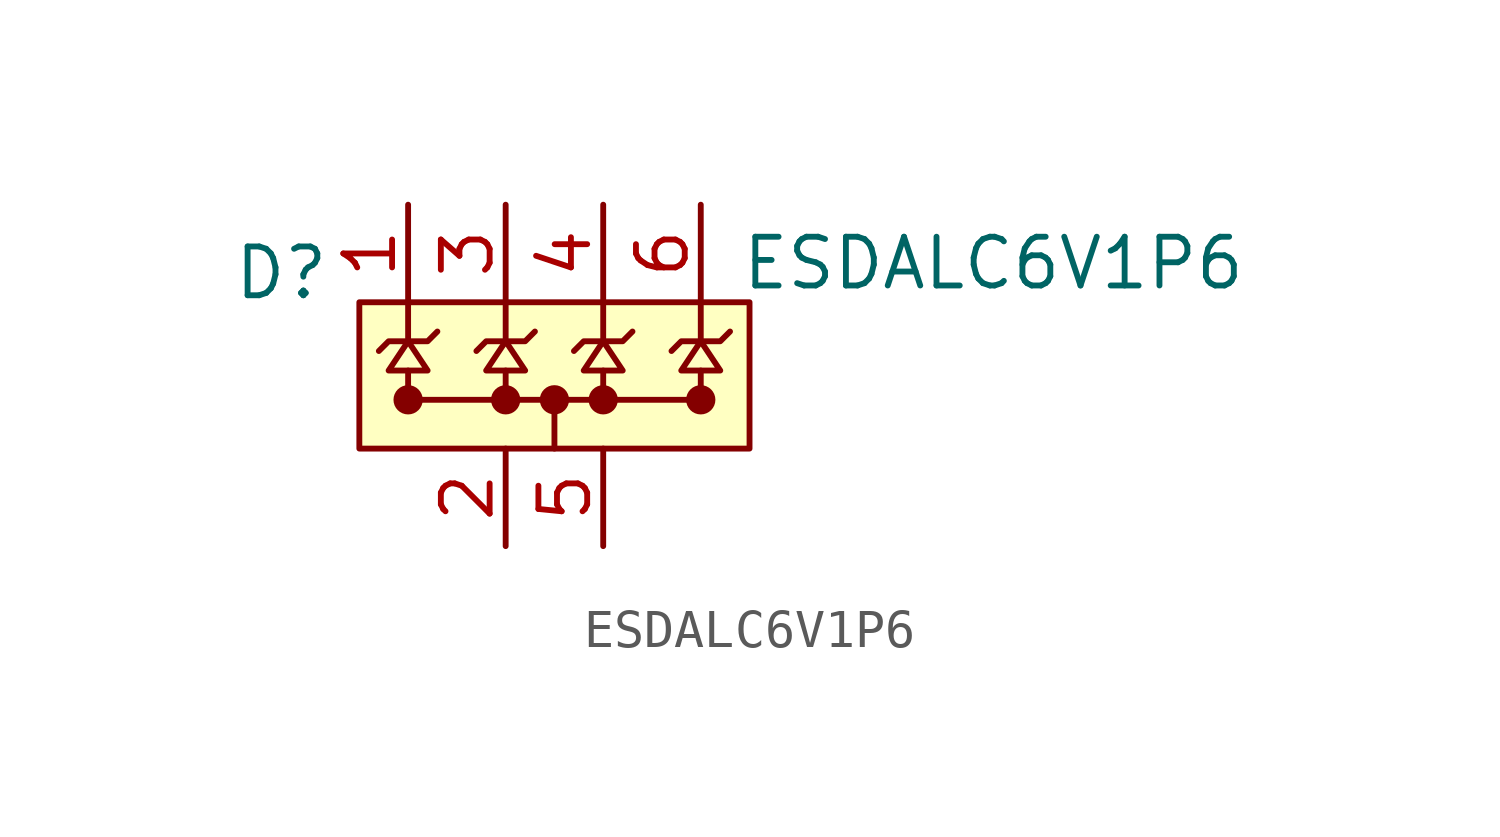
<source format=kicad_sym>
(kicad_symbol_lib
  (version 20241209)
  (generator "kicad_symbol_editor")
  (generator_version "9.0")
  (symbol "ESDALC6V1P6"
    (property "Reference" "D"
      (at -2.032 0.762 0)
      (effects (font (size 1.27 1.27))))
    (property "Value" "ESDALC6V1P6"
      (at 16.51 1.016 0)
      (effects (font (size 1.27 1.27))))
    (symbol "ESDALC6V1P6_0_1"
      (polyline (pts (xy 0.508 -1.27) (xy 0.762 -1.016) (xy 1.778 -1.016) (xy 2.032 -0.762)) (stroke (width 0) (type default)) (fill (type none)))
      (polyline (pts (xy 3.048 -1.27) (xy 3.302 -1.016) (xy 4.318 -1.016) (xy 4.572 -0.762)) (stroke (width 0) (type default)) (fill (type none)))
      (polyline (pts (xy 5.588 -1.27) (xy 5.842 -1.016) (xy 6.858 -1.016) (xy 7.112 -0.762)) (stroke (width 0) (type default)) (fill (type none)))
      (polyline (pts (xy 8.128 -1.27) (xy 8.382 -1.016) (xy 9.398 -1.016) (xy 9.652 -0.762)) (stroke (width 0) (type default)) (fill (type none))))
    (symbol "ESDALC6V1P6_1_0"
      (pin input line (at 1.27 2.54 270) (length 2.54) (name "" (effects (font (size 1.27 1.27)))) (number "1" (effects (font (size 1.27 1.27)))))
      (pin input line (at 3.81 2.54 270) (length 2.54) (name "" (effects (font (size 1.27 1.27)))) (number "3" (effects (font (size 1.27 1.27)))))
      (pin power_in line (at 3.81 -6.35 90) (length 2.54) (name "" (effects (font (size 1.27 1.27)))) (number "2" (effects (font (size 1.27 1.27)))))
      (pin input line (at 6.35 2.54 270) (length 2.54) (name "" (effects (font (size 1.27 1.27)))) (number "4" (effects (font (size 1.27 1.27)))))
      (pin power_in line (at 6.35 -6.35 90) (length 2.54) (name "" (effects (font (size 1.27 1.27)))) (number "5" (effects (font (size 1.27 1.27)))))
      (pin input line (at 8.89 2.54 270) (length 2.54) (name "" (effects (font (size 1.27 1.27)))) (number "6" (effects (font (size 1.27 1.27))))))
    (symbol "ESDALC6V1P6_1_1"
      (rectangle (start 0 0) (end 10.16 -3.81) (stroke (width 0) (type solid)) (fill (type color) (color 255 255 194 1)))
      (polyline (pts (xy 1.27 0) (xy 1.27 -1.016)) (stroke (width 0) (type default)) (fill (type none)))
      (polyline (pts (xy 1.27 -1.016) (xy 0.762 -1.778) (xy 1.778 -1.778) (xy 1.27 -1.016)) (stroke (width 0) (type solid)) (fill (type none)))
      (polyline (pts (xy 1.27 -1.778) (xy 1.27 -2.54) (xy 5.08 -2.54) (xy 5.08 -3.81)) (stroke (width 0) (type default)) (fill (type none)))
      (circle (center 1.27 -2.54) (radius 0.0001) (stroke (width 0.381) (type solid)) (fill (type none)))
      (polyline (pts (xy 3.81 0) (xy 3.81 -1.016)) (stroke (width 0) (type default)) (fill (type none)))
      (polyline (pts (xy 3.81 -1.016) (xy 3.302 -1.778) (xy 4.318 -1.778) (xy 3.81 -1.016)) (stroke (width 0) (type solid)) (fill (type none)))
      (polyline (pts (xy 3.81 -1.778) (xy 3.81 -2.54)) (stroke (width 0) (type default)) (fill (type none)))
      (circle (center 3.81 -2.54) (radius 0.0001) (stroke (width 0.381) (type solid)) (fill (type none)))
      (circle (center 5.08 -2.54) (radius 0.0001) (stroke (width 0.381) (type solid)) (fill (type none)))
      (polyline (pts (xy 6.35 0) (xy 6.35 -1.016)) (stroke (width 0) (type default)) (fill (type none)))
      (polyline (pts (xy 6.35 -1.016) (xy 5.842 -1.778) (xy 6.858 -1.778) (xy 6.35 -1.016)) (stroke (width 0) (type solid)) (fill (type none)))
      (polyline (pts (xy 6.35 -1.778) (xy 6.35 -2.54) (xy 5.08 -2.54)) (stroke (width 0) (type default)) (fill (type none)))
      (circle (center 6.35 -2.54) (radius 0.0001) (stroke (width 0.381) (type solid)) (fill (type none)))
      (polyline (pts (xy 8.89 0) (xy 8.89 -1.016)) (stroke (width 0) (type default)) (fill (type none)))
      (polyline (pts (xy 8.89 -1.016) (xy 8.382 -1.778) (xy 9.398 -1.778) (xy 8.89 -1.016)) (stroke (width 0) (type solid)) (fill (type none)))
      (polyline (pts (xy 8.89 -1.778) (xy 8.89 -2.54) (xy 6.35 -2.54)) (stroke (width 0) (type default)) (fill (type none)))
      (circle (center 8.89 -2.54) (radius 0.0001) (stroke (width 0.381) (type solid)) (fill (type none))))))
</source>
